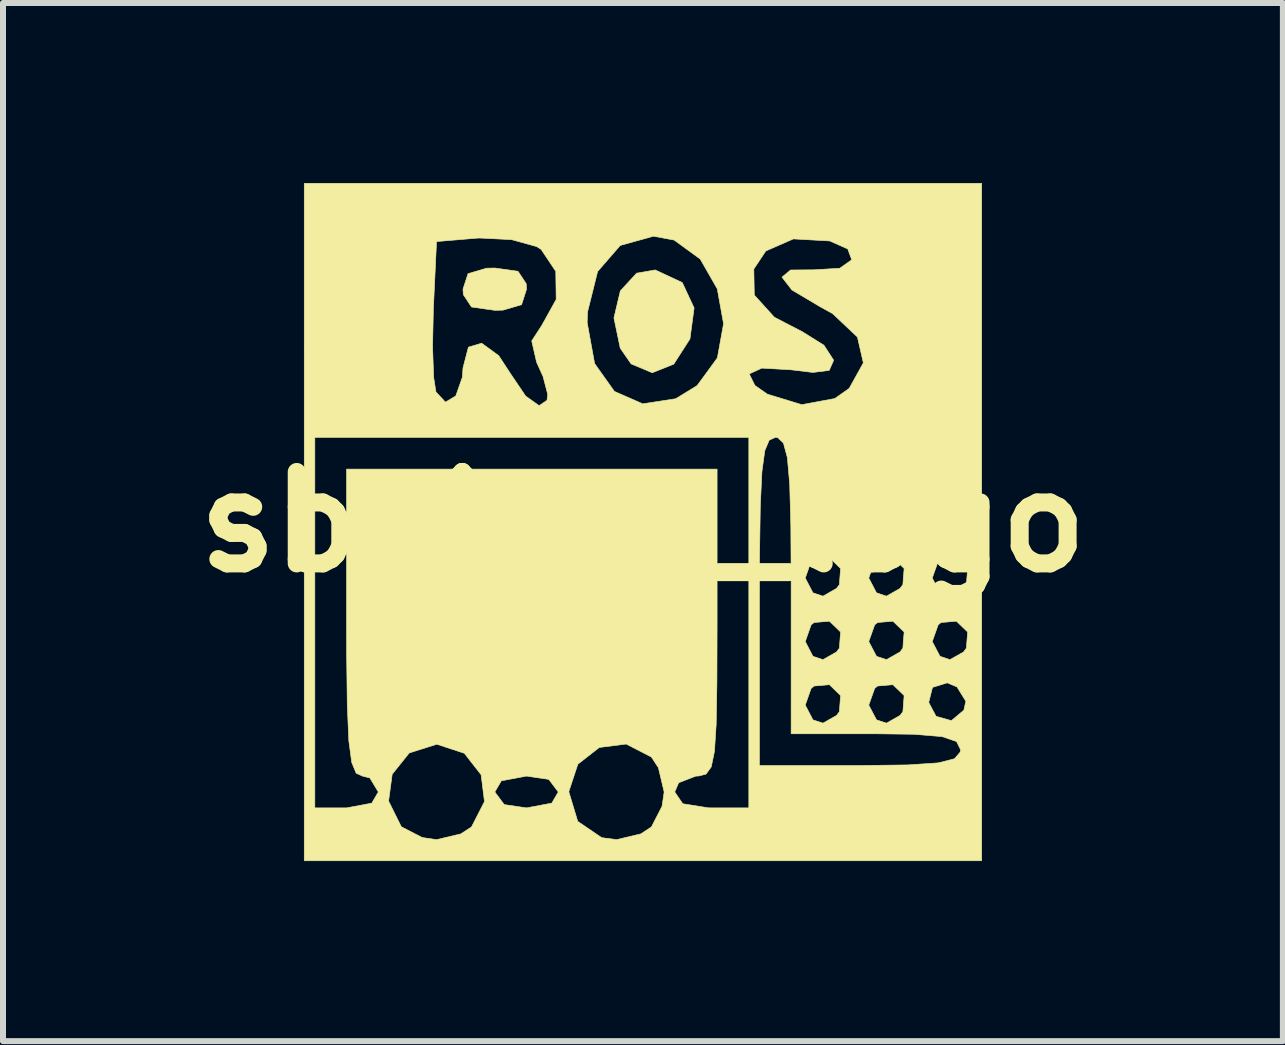
<source format=kicad_pcb>
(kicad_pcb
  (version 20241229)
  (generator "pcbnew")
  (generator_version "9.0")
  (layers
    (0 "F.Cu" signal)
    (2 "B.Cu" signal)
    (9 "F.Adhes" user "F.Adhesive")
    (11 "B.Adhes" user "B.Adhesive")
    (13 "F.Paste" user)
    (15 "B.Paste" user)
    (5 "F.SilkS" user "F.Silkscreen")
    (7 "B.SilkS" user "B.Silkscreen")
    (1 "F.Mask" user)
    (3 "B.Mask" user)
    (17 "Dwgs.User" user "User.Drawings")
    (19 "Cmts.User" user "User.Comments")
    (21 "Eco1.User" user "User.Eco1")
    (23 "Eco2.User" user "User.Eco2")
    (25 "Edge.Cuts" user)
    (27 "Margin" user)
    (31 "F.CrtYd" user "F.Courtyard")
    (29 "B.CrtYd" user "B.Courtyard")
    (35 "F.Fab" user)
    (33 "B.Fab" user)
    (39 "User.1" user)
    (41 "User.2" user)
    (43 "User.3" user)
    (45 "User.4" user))
  (footprint "sbgisen_logo"
    (layer "F.Cu")
    (at 7.664 5.649)
    (property "Reference" "sbgisen_logo" (at 0 0 0) (layer "F.SilkS") (effects (font (size 1.524 1.524) (thickness 0.3))))
    (attr through_hole)
    (fp_poly (pts (xy 0.655 -3.99) (xy 0.852 -3.568) (xy 0.783 -3.052) (xy 0.513 -2.631) (xy 0.154 -2.488) (xy -0.198 -2.636) (xy -0.379 -2.898) (xy -0.484 -3.401) (xy -0.377 -3.852) (xy -0.106 -4.147) (xy 0.204 -4.201) (xy 0.655 -3.99)) (stroke (width 0.01) (type solid)) (fill yes) (layer "F.SilkS"))
    (fp_poly (pts (xy -2.082 -4.178) (xy -1.946 -3.972) (xy -1.94 -3.881) (xy -2.023 -3.622) (xy -2.333 -3.531) (xy -2.469 -3.528) (xy -2.857 -3.583) (xy -2.993 -3.789) (xy -2.999 -3.881) (xy -2.915 -4.139) (xy -2.606 -4.23) (xy -2.469 -4.233) (xy -2.082 -4.178)) (stroke (width 0.01) (type solid)) (fill yes) (layer "F.SilkS"))
    (fp_poly (pts (xy 5.644 5.644) (xy -5.644 5.644) (xy -5.644 -1.411) (xy -5.468 -1.411) (xy -5.468 4.763) (xy -4.939 4.763) (xy -4.519 4.684) (xy -4.499 4.65) (xy -4.239 4.65) (xy -4.029 5.073) (xy -4.022 5.08) (xy -3.678 5.257) (xy -3.44 5.292) (xy -3.035 5.196) (xy -2.857 5.08) (xy -2.641 4.658) (xy -2.661 4.498) (xy -2.469 4.498) (xy -2.312 4.708) (xy -1.94 4.763) (xy -1.52 4.684) (xy -1.411 4.498) (xy -1.235 4.498) (xy -1.087 4.988) (xy -0.688 5.259) (xy -0.441 5.292) (xy -0.036 5.196) (xy 0.141 5.08) (xy 0.318 4.736) (xy 0.353 4.498) (xy 0.257 4.093) (xy 0.141 3.916) (xy -0.28 3.699) (xy -0.728 3.756) (xy -1.085 4.035) (xy -1.235 4.488) (xy -1.235 4.498) (xy -1.411 4.498) (xy -1.569 4.288) (xy -1.94 4.233) (xy -2.36 4.312) (xy -2.469 4.498) (xy -2.661 4.498) (xy -2.697 4.211) (xy -2.977 3.853) (xy -3.43 3.704) (xy -3.44 3.704) (xy -3.895 3.848) (xy -4.179 4.203) (xy -4.239 4.65) (xy -4.499 4.65) (xy -4.41 4.498) (xy -4.551 4.264) (xy -4.674 4.233) (xy -4.779 4.185) (xy -4.853 4.005) (xy -4.901 3.646) (xy -4.927 3.056) (xy -4.938 2.187) (xy -4.939 1.676) (xy -4.939 -0.882) (xy 1.235 -0.882) (xy 1.235 1.676) (xy 1.232 2.673) (xy 1.22 3.371) (xy 1.191 3.822) (xy 1.137 4.081) (xy 1.051 4.2) (xy 0.926 4.232) (xy 0.882 4.233) (xy 0.595 4.344) (xy 0.529 4.498) (xy 0.663 4.694) (xy 1.09 4.762) (xy 1.147 4.763) (xy 1.764 4.763) (xy 1.764 1.323) (xy 1.94 1.323) (xy 1.94 4.057) (xy 3.616 4.057) (xy 4.415 4.047) (xy 4.92 4.013) (xy 5.192 3.944) (xy 5.288 3.831) (xy 5.292 3.792) (xy 5.225 3.657) (xy 4.984 3.575) (xy 4.506 3.536) (xy 3.881 3.528) (xy 2.469 3.528) (xy 2.469 3.05) (xy 2.704 3.05) (xy 2.832 3.296) (xy 2.999 3.351) (xy 3.225 3.223) (xy 3.273 3.16) (xy 3.281 3.05) (xy 3.762 3.05) (xy 3.891 3.296) (xy 4.057 3.351) (xy 4.283 3.223) (xy 4.331 3.16) (xy 4.343 3.006) (xy 4.761 3.006) (xy 4.884 3.237) (xy 5.139 3.309) (xy 5.347 3.135) (xy 5.38 2.986) (xy 5.233 2.748) (xy 5.071 2.679) (xy 4.824 2.755) (xy 4.761 3.006) (xy 4.343 3.006) (xy 4.352 2.891) (xy 4.165 2.71) (xy 3.909 2.732) (xy 3.861 2.772) (xy 3.762 3.05) (xy 3.281 3.05) (xy 3.293 2.891) (xy 3.107 2.71) (xy 2.851 2.732) (xy 2.802 2.772) (xy 2.704 3.05) (xy 2.469 3.05) (xy 2.469 1.991) (xy 2.704 1.991) (xy 2.832 2.237) (xy 2.999 2.293) (xy 3.225 2.165) (xy 3.273 2.101) (xy 3.281 1.991) (xy 3.762 1.991) (xy 3.891 2.237) (xy 4.057 2.293) (xy 4.283 2.165) (xy 4.331 2.101) (xy 4.339 1.991) (xy 4.82 1.991) (xy 4.949 2.237) (xy 5.115 2.293) (xy 5.342 2.165) (xy 5.389 2.101) (xy 5.41 1.832) (xy 5.223 1.652) (xy 4.967 1.674) (xy 4.919 1.713) (xy 4.82 1.991) (xy 4.339 1.991) (xy 4.352 1.832) (xy 4.165 1.652) (xy 3.909 1.674) (xy 3.861 1.713) (xy 3.762 1.991) (xy 3.281 1.991) (xy 3.293 1.832) (xy 3.107 1.652) (xy 2.851 1.674) (xy 2.802 1.713) (xy 2.704 1.991) (xy 2.469 1.991) (xy 2.469 1.058) (xy 2.469 0.933) (xy 2.704 0.933) (xy 2.832 1.179) (xy 2.999 1.235) (xy 3.225 1.106) (xy 3.273 1.043) (xy 3.281 0.933) (xy 3.762 0.933) (xy 3.891 1.179) (xy 4.057 1.235) (xy 4.283 1.106) (xy 4.331 1.043) (xy 4.339 0.933) (xy 4.82 0.933) (xy 4.949 1.179) (xy 5.115 1.235) (xy 5.342 1.106) (xy 5.389 1.043) (xy 5.41 0.774) (xy 5.223 0.593) (xy 4.967 0.615) (xy 4.919 0.655) (xy 4.82 0.933) (xy 4.339 0.933) (xy 4.352 0.774) (xy 4.165 0.593) (xy 3.909 0.615) (xy 3.861 0.655) (xy 3.762 0.933) (xy 3.281 0.933) (xy 3.293 0.774) (xy 3.107 0.593) (xy 2.851 0.615) (xy 2.802 0.655) (xy 2.704 0.933) (xy 2.469 0.933) (xy 2.464 0.062) (xy 2.445 -0.631) (xy 2.406 -1.074) (xy 2.341 -1.315) (xy 2.247 -1.406) (xy 2.205 -1.411) (xy 2.103 -1.364) (xy 2.03 -1.19) (xy 1.982 -0.84) (xy 1.955 -0.267) (xy 1.942 0.578) (xy 1.94 1.323) (xy 1.764 1.323) (xy 1.764 -1.411) (xy -5.468 -1.411) (xy -5.644 -1.411) (xy -5.644 -2.918) (xy -3.506 -2.918) (xy -3.488 -2.412) (xy -3.45 -2.168) (xy -3.291 -1.998) (xy -3.119 -2.102) (xy -3.009 -2.415) (xy -2.999 -2.568) (xy -2.909 -2.914) (xy -2.688 -2.98) (xy -2.404 -2.773) (xy -2.205 -2.469) (xy -1.955 -2.099) (xy -1.73 -1.939) (xy -1.599 -2.029) (xy -1.587 -2.128) (xy -1.665 -2.425) (xy -1.772 -2.662) (xy -1.854 -3.018) (xy -1.684 -3.28) (xy -1.66 -3.323) (xy -0.93 -3.323) (xy -0.806 -2.641) (xy -0.476 -2.177) (xy -0.004 -1.97) (xy 0.546 -2.055) (xy 0.902 -2.274) (xy 1.045 -2.468) (xy 1.77 -2.468) (xy 1.865 -2.276) (xy 2.073 -2.131) (xy 2.647 -1.956) (xy 3.196 -2.058) (xy 3.436 -2.227) (xy 3.672 -2.652) (xy 3.574 -3.082) (xy 3.159 -3.474) (xy 2.955 -3.586) (xy 2.482 -3.867) (xy 2.316 -4.081) (xy 2.46 -4.2) (xy 2.851 -4.203) (xy 3.279 -4.229) (xy 3.479 -4.37) (xy 3.412 -4.551) (xy 3.112 -4.684) (xy 2.506 -4.718) (xy 2.047 -4.517) (xy 1.847 -4.216) (xy 1.855 -3.782) (xy 2.189 -3.413) (xy 2.652 -3.173) (xy 3.015 -2.947) (xy 3.175 -2.7) (xy 3.175 -2.69) (xy 3.103 -2.527) (xy 2.831 -2.493) (xy 2.469 -2.537) (xy 1.981 -2.565) (xy 1.77 -2.468) (xy 1.045 -2.468) (xy 1.24 -2.736) (xy 1.343 -3.305) (xy 1.238 -3.886) (xy 0.954 -4.382) (xy 0.519 -4.699) (xy 0.176 -4.763) (xy -0.379 -4.609) (xy -0.756 -4.175) (xy -0.924 -3.5) (xy -0.93 -3.323) (xy -1.66 -3.323) (xy -1.446 -3.71) (xy -1.453 -4.178) (xy -1.697 -4.543) (xy -1.771 -4.59) (xy -2.189 -4.706) (xy -2.728 -4.733) (xy -2.786 -4.729) (xy -3.44 -4.674) (xy -3.493 -3.546) (xy -3.506 -2.918) (xy -5.644 -2.918) (xy -5.644 -5.644) (xy 5.644 -5.644) (xy 5.644 5.644)) (stroke (width 0.01) (type solid)) (fill yes) (layer "F.SilkS")))
  (gr_rect
    (start -3 -3)
    (end 18.327 14.299)
    (stroke (width 0.1) (type default))
    (fill no)
    (layer "Edge.Cuts")))
</source>
